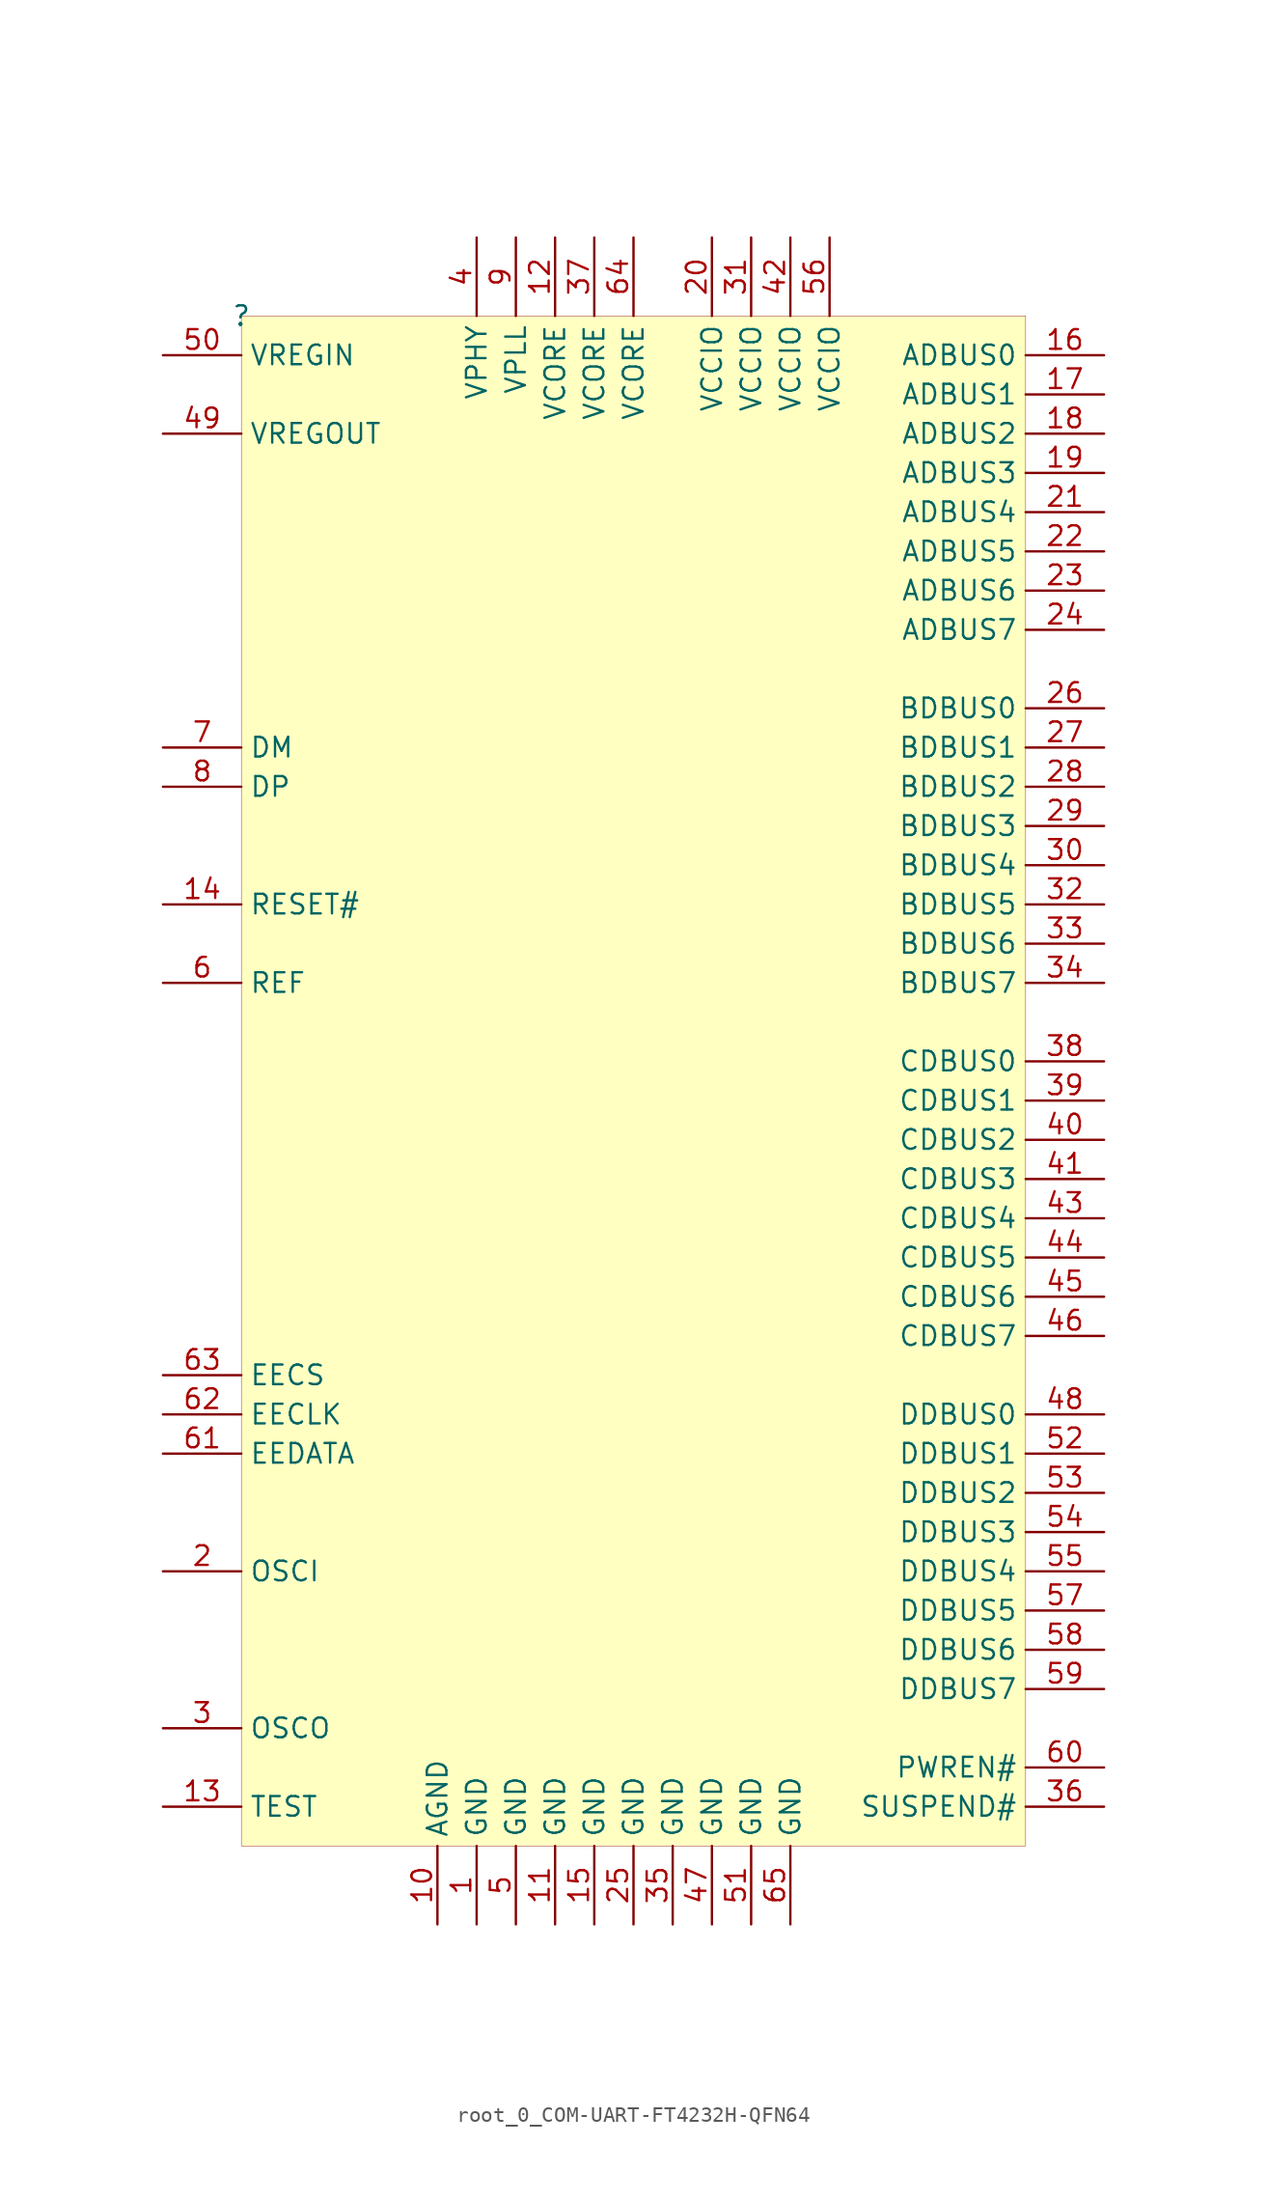
<source format=kicad_sym>
(kicad_symbol_lib
  (version 20231120)
  (generator "kicad_symbol_editor")
  (generator_version "8.0")
  (symbol "root_0_COM-UART-FT4232H-QFN64"
    (property "Reference" ""
      (at 0 0 0)
      (effects (font (size 1.27 1.27))))
    (property "Value" ""
      (at 0 0 0)
      (effects (font (size 1.27 1.27))))
    (symbol "root_0_COM-UART-FT4232H-QFN64_1_0"
      (rectangle (start 50.8 0) (end 0 -99.06) (stroke (width 0.025) (type solid) (color 128 0 0 1)) (fill (type background)))
      (pin power_in line (at 15.24 -104.14 90) (length 5.08) (name "GND" (effects (font (size 1.27 1.27)))) (number "1" (effects (font (size 1.27 1.27)))))
      (pin power_in line (at 12.7 -104.14 90) (length 5.08) (name "AGND" (effects (font (size 1.27 1.27)))) (number "10" (effects (font (size 1.27 1.27)))))
      (pin power_in line (at 20.32 -104.14 90) (length 5.08) (name "GND" (effects (font (size 1.27 1.27)))) (number "11" (effects (font (size 1.27 1.27)))))
      (pin power_in line (at 20.32 5.08 270) (length 5.08) (name "VCORE" (effects (font (size 1.27 1.27)))) (number "12" (effects (font (size 1.27 1.27)))))
      (pin input line (at -5.08 -96.52 0) (length 5.08) (name "TEST" (effects (font (size 1.27 1.27)))) (number "13" (effects (font (size 1.27 1.27)))))
      (pin input line (at -5.08 -38.1 0) (length 5.08) (name "RESET#" (effects (font (size 1.27 1.27)))) (number "14" (effects (font (size 1.27 1.27)))))
      (pin power_in line (at 22.86 -104.14 90) (length 5.08) (name "GND" (effects (font (size 1.27 1.27)))) (number "15" (effects (font (size 1.27 1.27)))))
      (pin bidirectional line (at 55.88 -2.54 180) (length 5.08) (name "ADBUS0" (effects (font (size 1.27 1.27)))) (number "16" (effects (font (size 1.27 1.27)))))
      (pin bidirectional line (at 55.88 -5.08 180) (length 5.08) (name "ADBUS1" (effects (font (size 1.27 1.27)))) (number "17" (effects (font (size 1.27 1.27)))))
      (pin bidirectional line (at 55.88 -7.62 180) (length 5.08) (name "ADBUS2" (effects (font (size 1.27 1.27)))) (number "18" (effects (font (size 1.27 1.27)))))
      (pin bidirectional line (at 55.88 -10.16 180) (length 5.08) (name "ADBUS3" (effects (font (size 1.27 1.27)))) (number "19" (effects (font (size 1.27 1.27)))))
      (pin input line (at -5.08 -81.28 0) (length 5.08) (name "OSCI" (effects (font (size 1.27 1.27)))) (number "2" (effects (font (size 1.27 1.27)))))
      (pin power_in line (at 30.48 5.08 270) (length 5.08) (name "VCCIO" (effects (font (size 1.27 1.27)))) (number "20" (effects (font (size 1.27 1.27)))))
      (pin bidirectional line (at 55.88 -12.7 180) (length 5.08) (name "ADBUS4" (effects (font (size 1.27 1.27)))) (number "21" (effects (font (size 1.27 1.27)))))
      (pin bidirectional line (at 55.88 -15.24 180) (length 5.08) (name "ADBUS5" (effects (font (size 1.27 1.27)))) (number "22" (effects (font (size 1.27 1.27)))))
      (pin bidirectional line (at 55.88 -17.78 180) (length 5.08) (name "ADBUS6" (effects (font (size 1.27 1.27)))) (number "23" (effects (font (size 1.27 1.27)))))
      (pin bidirectional line (at 55.88 -20.32 180) (length 5.08) (name "ADBUS7" (effects (font (size 1.27 1.27)))) (number "24" (effects (font (size 1.27 1.27)))))
      (pin power_in line (at 25.4 -104.14 90) (length 5.08) (name "GND" (effects (font (size 1.27 1.27)))) (number "25" (effects (font (size 1.27 1.27)))))
      (pin bidirectional line (at 55.88 -25.4 180) (length 5.08) (name "BDBUS0" (effects (font (size 1.27 1.27)))) (number "26" (effects (font (size 1.27 1.27)))))
      (pin bidirectional line (at 55.88 -27.94 180) (length 5.08) (name "BDBUS1" (effects (font (size 1.27 1.27)))) (number "27" (effects (font (size 1.27 1.27)))))
      (pin bidirectional line (at 55.88 -30.48 180) (length 5.08) (name "BDBUS2" (effects (font (size 1.27 1.27)))) (number "28" (effects (font (size 1.27 1.27)))))
      (pin bidirectional line (at 55.88 -33.02 180) (length 5.08) (name "BDBUS3" (effects (font (size 1.27 1.27)))) (number "29" (effects (font (size 1.27 1.27)))))
      (pin output line (at -5.08 -91.44 0) (length 5.08) (name "OSCO" (effects (font (size 1.27 1.27)))) (number "3" (effects (font (size 1.27 1.27)))))
      (pin bidirectional line (at 55.88 -35.56 180) (length 5.08) (name "BDBUS4" (effects (font (size 1.27 1.27)))) (number "30" (effects (font (size 1.27 1.27)))))
      (pin power_in line (at 33.02 5.08 270) (length 5.08) (name "VCCIO" (effects (font (size 1.27 1.27)))) (number "31" (effects (font (size 1.27 1.27)))))
      (pin bidirectional line (at 55.88 -38.1 180) (length 5.08) (name "BDBUS5" (effects (font (size 1.27 1.27)))) (number "32" (effects (font (size 1.27 1.27)))))
      (pin bidirectional line (at 55.88 -40.64 180) (length 5.08) (name "BDBUS6" (effects (font (size 1.27 1.27)))) (number "33" (effects (font (size 1.27 1.27)))))
      (pin bidirectional line (at 55.88 -43.18 180) (length 5.08) (name "BDBUS7" (effects (font (size 1.27 1.27)))) (number "34" (effects (font (size 1.27 1.27)))))
      (pin power_in line (at 27.94 -104.14 90) (length 5.08) (name "GND" (effects (font (size 1.27 1.27)))) (number "35" (effects (font (size 1.27 1.27)))))
      (pin output line (at 55.88 -96.52 180) (length 5.08) (name "SUSPEND#" (effects (font (size 1.27 1.27)))) (number "36" (effects (font (size 1.27 1.27)))))
      (pin power_in line (at 22.86 5.08 270) (length 5.08) (name "VCORE" (effects (font (size 1.27 1.27)))) (number "37" (effects (font (size 1.27 1.27)))))
      (pin bidirectional line (at 55.88 -48.26 180) (length 5.08) (name "CDBUS0" (effects (font (size 1.27 1.27)))) (number "38" (effects (font (size 1.27 1.27)))))
      (pin bidirectional line (at 55.88 -50.8 180) (length 5.08) (name "CDBUS1" (effects (font (size 1.27 1.27)))) (number "39" (effects (font (size 1.27 1.27)))))
      (pin power_in line (at 15.24 5.08 270) (length 5.08) (name "VPHY" (effects (font (size 1.27 1.27)))) (number "4" (effects (font (size 1.27 1.27)))))
      (pin bidirectional line (at 55.88 -53.34 180) (length 5.08) (name "CDBUS2" (effects (font (size 1.27 1.27)))) (number "40" (effects (font (size 1.27 1.27)))))
      (pin bidirectional line (at 55.88 -55.88 180) (length 5.08) (name "CDBUS3" (effects (font (size 1.27 1.27)))) (number "41" (effects (font (size 1.27 1.27)))))
      (pin power_in line (at 35.56 5.08 270) (length 5.08) (name "VCCIO" (effects (font (size 1.27 1.27)))) (number "42" (effects (font (size 1.27 1.27)))))
      (pin bidirectional line (at 55.88 -58.42 180) (length 5.08) (name "CDBUS4" (effects (font (size 1.27 1.27)))) (number "43" (effects (font (size 1.27 1.27)))))
      (pin bidirectional line (at 55.88 -60.96 180) (length 5.08) (name "CDBUS5" (effects (font (size 1.27 1.27)))) (number "44" (effects (font (size 1.27 1.27)))))
      (pin bidirectional line (at 55.88 -63.5 180) (length 5.08) (name "CDBUS6" (effects (font (size 1.27 1.27)))) (number "45" (effects (font (size 1.27 1.27)))))
      (pin bidirectional line (at 55.88 -66.04 180) (length 5.08) (name "CDBUS7" (effects (font (size 1.27 1.27)))) (number "46" (effects (font (size 1.27 1.27)))))
      (pin power_in line (at 30.48 -104.14 90) (length 5.08) (name "GND" (effects (font (size 1.27 1.27)))) (number "47" (effects (font (size 1.27 1.27)))))
      (pin bidirectional line (at 55.88 -71.12 180) (length 5.08) (name "DDBUS0" (effects (font (size 1.27 1.27)))) (number "48" (effects (font (size 1.27 1.27)))))
      (pin power_in line (at -5.08 -7.62 0) (length 5.08) (name "VREGOUT" (effects (font (size 1.27 1.27)))) (number "49" (effects (font (size 1.27 1.27)))))
      (pin power_in line (at 17.78 -104.14 90) (length 5.08) (name "GND" (effects (font (size 1.27 1.27)))) (number "5" (effects (font (size 1.27 1.27)))))
      (pin power_in line (at -5.08 -2.54 0) (length 5.08) (name "VREGIN" (effects (font (size 1.27 1.27)))) (number "50" (effects (font (size 1.27 1.27)))))
      (pin power_in line (at 33.02 -104.14 90) (length 5.08) (name "GND" (effects (font (size 1.27 1.27)))) (number "51" (effects (font (size 1.27 1.27)))))
      (pin bidirectional line (at 55.88 -73.66 180) (length 5.08) (name "DDBUS1" (effects (font (size 1.27 1.27)))) (number "52" (effects (font (size 1.27 1.27)))))
      (pin bidirectional line (at 55.88 -76.2 180) (length 5.08) (name "DDBUS2" (effects (font (size 1.27 1.27)))) (number "53" (effects (font (size 1.27 1.27)))))
      (pin bidirectional line (at 55.88 -78.74 180) (length 5.08) (name "DDBUS3" (effects (font (size 1.27 1.27)))) (number "54" (effects (font (size 1.27 1.27)))))
      (pin bidirectional line (at 55.88 -81.28 180) (length 5.08) (name "DDBUS4" (effects (font (size 1.27 1.27)))) (number "55" (effects (font (size 1.27 1.27)))))
      (pin power_in line (at 38.1 5.08 270) (length 5.08) (name "VCCIO" (effects (font (size 1.27 1.27)))) (number "56" (effects (font (size 1.27 1.27)))))
      (pin bidirectional line (at 55.88 -83.82 180) (length 5.08) (name "DDBUS5" (effects (font (size 1.27 1.27)))) (number "57" (effects (font (size 1.27 1.27)))))
      (pin bidirectional line (at 55.88 -86.36 180) (length 5.08) (name "DDBUS6" (effects (font (size 1.27 1.27)))) (number "58" (effects (font (size 1.27 1.27)))))
      (pin bidirectional line (at 55.88 -88.9 180) (length 5.08) (name "DDBUS7" (effects (font (size 1.27 1.27)))) (number "59" (effects (font (size 1.27 1.27)))))
      (pin input line (at -5.08 -43.18 0) (length 5.08) (name "REF" (effects (font (size 1.27 1.27)))) (number "6" (effects (font (size 1.27 1.27)))))
      (pin output line (at 55.88 -93.98 180) (length 5.08) (name "PWREN#" (effects (font (size 1.27 1.27)))) (number "60" (effects (font (size 1.27 1.27)))))
      (pin bidirectional line (at -5.08 -73.66 0) (length 5.08) (name "EEDATA" (effects (font (size 1.27 1.27)))) (number "61" (effects (font (size 1.27 1.27)))))
      (pin output line (at -5.08 -71.12 0) (length 5.08) (name "EECLK" (effects (font (size 1.27 1.27)))) (number "62" (effects (font (size 1.27 1.27)))))
      (pin bidirectional line (at -5.08 -68.58 0) (length 5.08) (name "EECS" (effects (font (size 1.27 1.27)))) (number "63" (effects (font (size 1.27 1.27)))))
      (pin power_in line (at 25.4 5.08 270) (length 5.08) (name "VCORE" (effects (font (size 1.27 1.27)))) (number "64" (effects (font (size 1.27 1.27)))))
      (pin power_in line (at 35.56 -104.14 90) (length 5.08) (name "GND" (effects (font (size 1.27 1.27)))) (number "65" (effects (font (size 1.27 1.27)))))
      (pin input line (at -5.08 -27.94 0) (length 5.08) (name "DM" (effects (font (size 1.27 1.27)))) (number "7" (effects (font (size 1.27 1.27)))))
      (pin input line (at -5.08 -30.48 0) (length 5.08) (name "DP" (effects (font (size 1.27 1.27)))) (number "8" (effects (font (size 1.27 1.27)))))
      (pin power_in line (at 17.78 5.08 270) (length 5.08) (name "VPLL" (effects (font (size 1.27 1.27)))) (number "9" (effects (font (size 1.27 1.27))))))))
</source>
